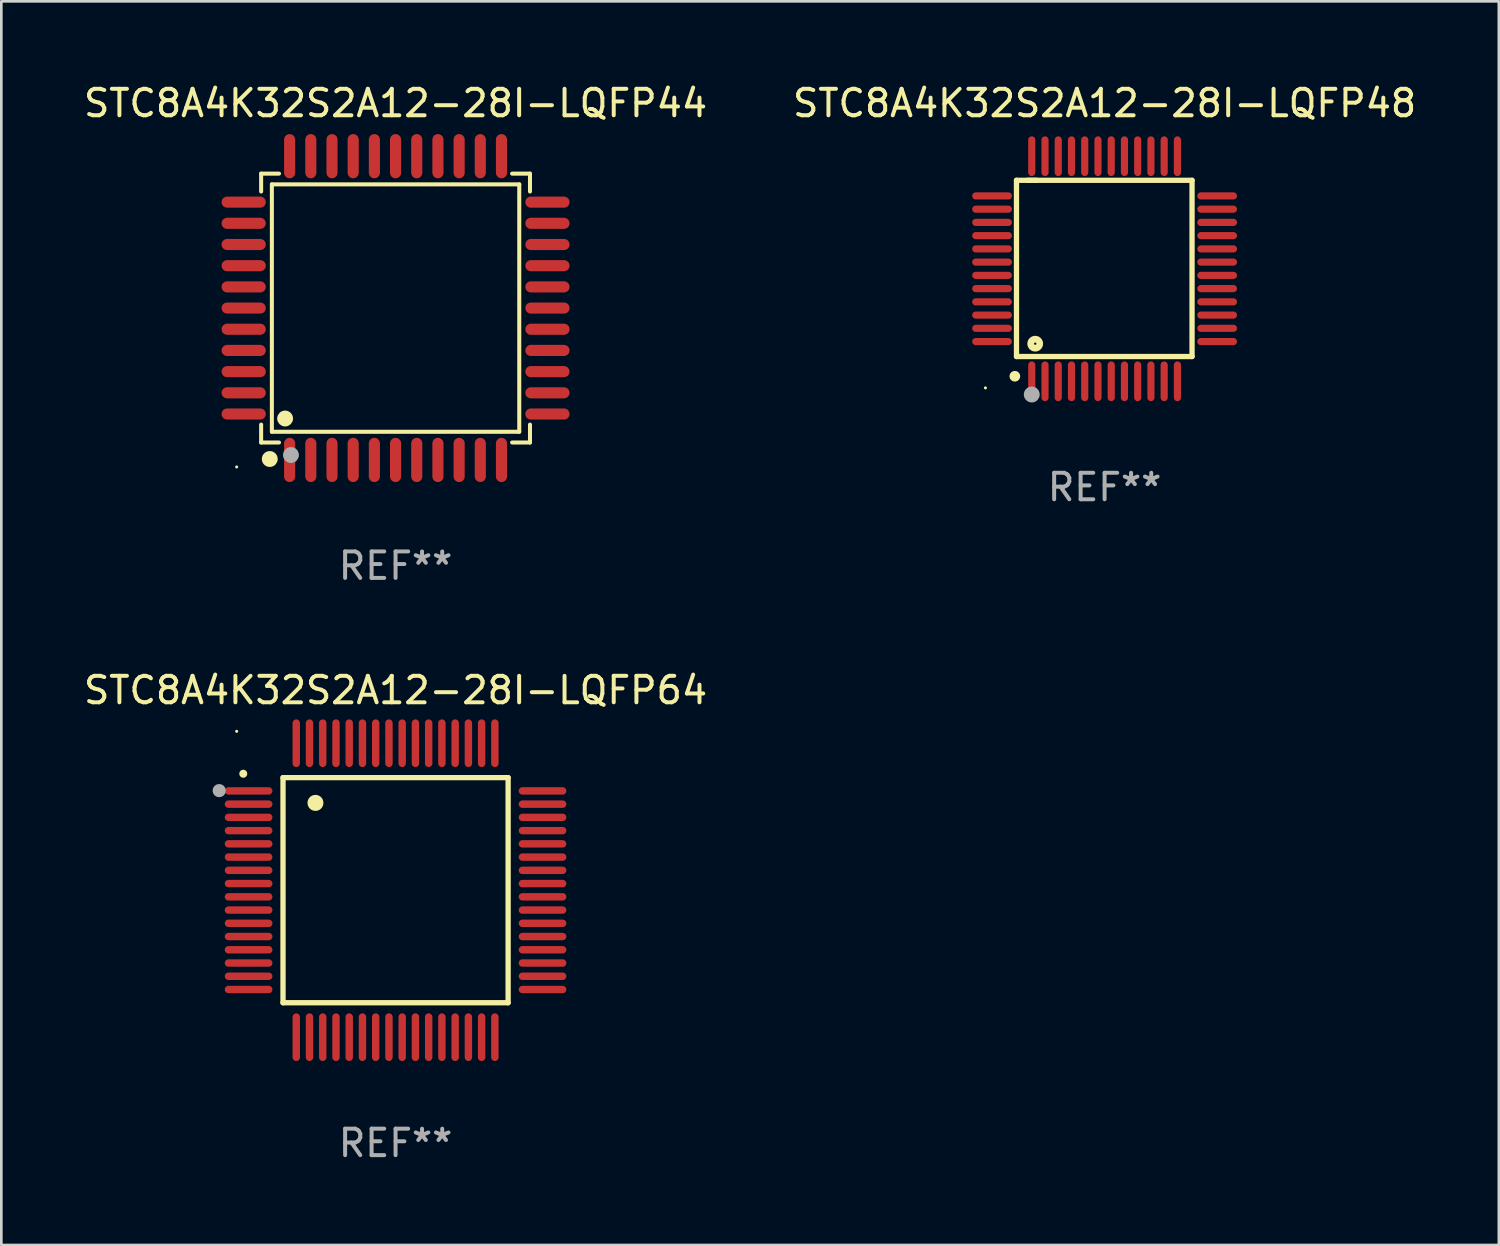
<source format=kicad_pcb>
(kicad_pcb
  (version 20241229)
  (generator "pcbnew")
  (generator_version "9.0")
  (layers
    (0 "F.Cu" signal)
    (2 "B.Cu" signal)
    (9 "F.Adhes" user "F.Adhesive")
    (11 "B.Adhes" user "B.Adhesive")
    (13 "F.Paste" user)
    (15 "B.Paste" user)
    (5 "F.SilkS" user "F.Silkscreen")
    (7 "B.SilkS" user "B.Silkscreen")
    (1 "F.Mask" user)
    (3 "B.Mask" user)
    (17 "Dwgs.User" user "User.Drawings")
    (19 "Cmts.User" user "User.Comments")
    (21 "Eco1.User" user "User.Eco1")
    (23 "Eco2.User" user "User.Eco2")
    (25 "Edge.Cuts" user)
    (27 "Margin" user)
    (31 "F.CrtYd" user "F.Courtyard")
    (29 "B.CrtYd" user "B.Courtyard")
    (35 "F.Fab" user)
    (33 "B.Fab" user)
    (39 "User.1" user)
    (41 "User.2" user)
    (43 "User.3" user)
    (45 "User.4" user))
  (footprint "STC8A4K32S2A12-28I-LQFP48"
    (layer "F.Cu")
    (at 38.661 7.098)
    (property "Reference" "STC8A4K32S2A12-28I-LQFP48" (at 0 -6.25 0) (layer "F.SilkS") (effects (font (size 1 1) (thickness 0.15))))
    (attr through_hole)
    (fp_line (start -3.327 -3.34) (end -2.565 -3.34) (stroke (width 0.2) (type solid)) (layer "F.SilkS"))
    (fp_line (start -3.327 3.315) (end -3.327 -3.34) (stroke (width 0.2) (type solid)) (layer "F.SilkS"))
    (fp_line (start -2.896 -3.34) (end 3.302 -3.34) (stroke (width 0.2) (type solid)) (layer "F.SilkS"))
    (fp_line (start 3.302 -3.34) (end 3.302 3.315) (stroke (width 0.2) (type solid)) (layer "F.SilkS"))
    (fp_line (start 3.302 3.315) (end -3.327 3.315) (stroke (width 0.2) (type solid)) (layer "F.SilkS"))
    (fp_arc (start -3.389992 4.059995) (mid -3.388722 4.059991) (end -3.387452 4.059995) (stroke (width 0.4) (type solid)) (layer "F.SilkS"))
    (fp_circle (center -4.5 4.5) (end -4.47 4.5) (stroke (width 0.06) (type solid)) (fill no) (layer "F.SilkS"))
    (fp_circle (center -2.62 2.83) (end -2.45 2.83) (stroke (width 0.254) (type solid)) (fill no) (layer "F.SilkS"))
    (fp_circle (center -2.75 4.75) (end -2.6 4.75) (stroke (width 0.3) (type solid)) (fill no) (layer "F.Fab"))
    (fp_text user "REF**" (at 0 8.25 0) (layer "F.Fab") (effects (font (size 1 1) (thickness 0.15))))
    (pad "1" smd oval (at -2.75 4.25) (size 0.27 1.5) (layers "F.Cu" "F.Mask" "F.Paste"))
    (pad "2" smd oval (at -2.25 4.25) (size 0.27 1.5) (layers "F.Cu" "F.Mask" "F.Paste"))
    (pad "3" smd oval (at -1.75 4.25) (size 0.27 1.5) (layers "F.Cu" "F.Mask" "F.Paste"))
    (pad "4" smd oval (at -1.25 4.25) (size 0.27 1.5) (layers "F.Cu" "F.Mask" "F.Paste"))
    (pad "5" smd oval (at -0.75 4.25) (size 0.27 1.5) (layers "F.Cu" "F.Mask" "F.Paste"))
    (pad "6" smd oval (at -0.25 4.25) (size 0.27 1.5) (layers "F.Cu" "F.Mask" "F.Paste"))
    (pad "7" smd oval (at 0.25 4.25) (size 0.27 1.5) (layers "F.Cu" "F.Mask" "F.Paste"))
    (pad "8" smd oval (at 0.75 4.25) (size 0.27 1.5) (layers "F.Cu" "F.Mask" "F.Paste"))
    (pad "9" smd oval (at 1.25 4.25) (size 0.27 1.5) (layers "F.Cu" "F.Mask" "F.Paste"))
    (pad "10" smd oval (at 1.75 4.25) (size 0.27 1.5) (layers "F.Cu" "F.Mask" "F.Paste"))
    (pad "11" smd oval (at 2.25 4.25) (size 0.27 1.5) (layers "F.Cu" "F.Mask" "F.Paste"))
    (pad "12" smd oval (at 2.75 4.25) (size 0.27 1.5) (layers "F.Cu" "F.Mask" "F.Paste"))
    (pad "13" smd oval (at 4.25 2.75) (size 1.5 0.27) (layers "F.Cu" "F.Mask" "F.Paste"))
    (pad "14" smd oval (at 4.25 2.25) (size 1.5 0.27) (layers "F.Cu" "F.Mask" "F.Paste"))
    (pad "15" smd oval (at 4.25 1.75) (size 1.5 0.27) (layers "F.Cu" "F.Mask" "F.Paste"))
    (pad "16" smd oval (at 4.25 1.25) (size 1.5 0.27) (layers "F.Cu" "F.Mask" "F.Paste"))
    (pad "17" smd oval (at 4.25 0.75) (size 1.5 0.27) (layers "F.Cu" "F.Mask" "F.Paste"))
    (pad "18" smd oval (at 4.25 0.25) (size 1.5 0.27) (layers "F.Cu" "F.Mask" "F.Paste"))
    (pad "19" smd oval (at 4.25 -0.25) (size 1.5 0.27) (layers "F.Cu" "F.Mask" "F.Paste"))
    (pad "20" smd oval (at 4.25 -0.75) (size 1.5 0.27) (layers "F.Cu" "F.Mask" "F.Paste"))
    (pad "21" smd oval (at 4.25 -1.25) (size 1.5 0.27) (layers "F.Cu" "F.Mask" "F.Paste"))
    (pad "22" smd oval (at 4.25 -1.75) (size 1.5 0.27) (layers "F.Cu" "F.Mask" "F.Paste"))
    (pad "23" smd oval (at 4.25 -2.25) (size 1.5 0.27) (layers "F.Cu" "F.Mask" "F.Paste"))
    (pad "24" smd oval (at 4.25 -2.75) (size 1.5 0.27) (layers "F.Cu" "F.Mask" "F.Paste"))
    (pad "25" smd oval (at 2.75 -4.25) (size 0.27 1.5) (layers "F.Cu" "F.Mask" "F.Paste"))
    (pad "26" smd oval (at 2.25 -4.25) (size 0.27 1.5) (layers "F.Cu" "F.Mask" "F.Paste"))
    (pad "27" smd oval (at 1.75 -4.25) (size 0.27 1.5) (layers "F.Cu" "F.Mask" "F.Paste"))
    (pad "28" smd oval (at 1.25 -4.25) (size 0.27 1.5) (layers "F.Cu" "F.Mask" "F.Paste"))
    (pad "29" smd oval (at 0.75 -4.25) (size 0.27 1.5) (layers "F.Cu" "F.Mask" "F.Paste"))
    (pad "30" smd oval (at 0.25 -4.25) (size 0.27 1.5) (layers "F.Cu" "F.Mask" "F.Paste"))
    (pad "31" smd oval (at -0.25 -4.25) (size 0.27 1.5) (layers "F.Cu" "F.Mask" "F.Paste"))
    (pad "32" smd oval (at -0.75 -4.25) (size 0.27 1.5) (layers "F.Cu" "F.Mask" "F.Paste"))
    (pad "33" smd oval (at -1.25 -4.25) (size 0.27 1.5) (layers "F.Cu" "F.Mask" "F.Paste"))
    (pad "34" smd oval (at -1.75 -4.25) (size 0.27 1.5) (layers "F.Cu" "F.Mask" "F.Paste"))
    (pad "35" smd oval (at -2.25 -4.25) (size 0.27 1.5) (layers "F.Cu" "F.Mask" "F.Paste"))
    (pad "36" smd oval (at -2.75 -4.25) (size 0.27 1.5) (layers "F.Cu" "F.Mask" "F.Paste"))
    (pad "37" smd oval (at -4.25 -2.75) (size 1.5 0.27) (layers "F.Cu" "F.Mask" "F.Paste"))
    (pad "38" smd oval (at -4.25 -2.25) (size 1.5 0.27) (layers "F.Cu" "F.Mask" "F.Paste"))
    (pad "39" smd oval (at -4.25 -1.75) (size 1.5 0.27) (layers "F.Cu" "F.Mask" "F.Paste"))
    (pad "40" smd oval (at -4.25 -1.25) (size 1.5 0.27) (layers "F.Cu" "F.Mask" "F.Paste"))
    (pad "41" smd oval (at -4.25 -0.75) (size 1.5 0.27) (layers "F.Cu" "F.Mask" "F.Paste"))
    (pad "42" smd oval (at -4.25 -0.25) (size 1.5 0.27) (layers "F.Cu" "F.Mask" "F.Paste"))
    (pad "43" smd oval (at -4.25 0.25) (size 1.5 0.27) (layers "F.Cu" "F.Mask" "F.Paste"))
    (pad "44" smd oval (at -4.25 0.75) (size 1.5 0.27) (layers "F.Cu" "F.Mask" "F.Paste"))
    (pad "45" smd oval (at -4.25 1.25) (size 1.5 0.27) (layers "F.Cu" "F.Mask" "F.Paste"))
    (pad "46" smd oval (at -4.25 1.75) (size 1.5 0.27) (layers "F.Cu" "F.Mask" "F.Paste"))
    (pad "47" smd oval (at -4.25 2.25) (size 1.5 0.27) (layers "F.Cu" "F.Mask" "F.Paste"))
    (pad "48" smd oval (at -4.25 2.75) (size 1.5 0.27) (layers "F.Cu" "F.Mask" "F.Paste")))
  (footprint "STC8A4K32S2A12-28I-LQFP64"
    (layer "F.Cu")
    (at 11.887 30.565)
    (property "Reference" "STC8A4K32S2A12-28I-LQFP64" (at 0 -7.55 0) (layer "F.SilkS") (effects (font (size 1 1) (thickness 0.15))))
    (attr through_hole)
    (fp_line (start -4.25 -4.25) (end -4.25 4.25) (stroke (width 0.2) (type solid)) (layer "F.SilkS"))
    (fp_line (start -4.25 4.25) (end 4.25 4.25) (stroke (width 0.2) (type solid)) (layer "F.SilkS"))
    (fp_line (start 4.25 -4.25) (end -4.25 -4.25) (stroke (width 0.2) (type solid)) (layer "F.SilkS"))
    (fp_line (start 4.25 4.25) (end 4.25 -4.25) (stroke (width 0.2) (type solid)) (layer "F.SilkS"))
    (fp_arc (start -5.750572 -4.396749) (mid -5.750577 -4.398019) (end -5.750572 -4.399289) (stroke (width 0.3) (type solid)) (layer "F.SilkS"))
    (fp_arc (start -3.025146 -3.294387) (mid -3.025157 -3.296927) (end -3.025146 -3.299467) (stroke (width 0.6) (type solid)) (layer "F.SilkS"))
    (fp_circle (center -6 -6) (end -5.97 -6) (stroke (width 0.06) (type solid)) (fill no) (layer "F.SilkS"))
    (fp_circle (center -6.66 -3.76) (end -6.535 -3.76) (stroke (width 0.25) (type solid)) (fill no) (layer "F.Fab"))
    (fp_text user "REF**" (at 0 9.55 0) (layer "F.Fab") (effects (font (size 1 1) (thickness 0.15))))
    (pad "1" smd oval (at -5.55 -3.75) (size 1.8 0.28) (layers "F.Cu" "F.Mask" "F.Paste"))
    (pad "2" smd oval (at -5.55 -3.25) (size 1.8 0.28) (layers "F.Cu" "F.Mask" "F.Paste"))
    (pad "3" smd oval (at -5.55 -2.75) (size 1.8 0.28) (layers "F.Cu" "F.Mask" "F.Paste"))
    (pad "4" smd oval (at -5.55 -2.25) (size 1.8 0.28) (layers "F.Cu" "F.Mask" "F.Paste"))
    (pad "5" smd oval (at -5.55 -1.75) (size 1.8 0.28) (layers "F.Cu" "F.Mask" "F.Paste"))
    (pad "6" smd oval (at -5.55 -1.25) (size 1.8 0.28) (layers "F.Cu" "F.Mask" "F.Paste"))
    (pad "7" smd oval (at -5.55 -0.75) (size 1.8 0.28) (layers "F.Cu" "F.Mask" "F.Paste"))
    (pad "8" smd oval (at -5.55 -0.25) (size 1.8 0.28) (layers "F.Cu" "F.Mask" "F.Paste"))
    (pad "9" smd oval (at -5.55 0.25) (size 1.8 0.28) (layers "F.Cu" "F.Mask" "F.Paste"))
    (pad "10" smd oval (at -5.55 0.75) (size 1.8 0.28) (layers "F.Cu" "F.Mask" "F.Paste"))
    (pad "11" smd oval (at -5.55 1.25) (size 1.8 0.28) (layers "F.Cu" "F.Mask" "F.Paste"))
    (pad "12" smd oval (at -5.55 1.75) (size 1.8 0.28) (layers "F.Cu" "F.Mask" "F.Paste"))
    (pad "13" smd oval (at -5.55 2.25) (size 1.8 0.28) (layers "F.Cu" "F.Mask" "F.Paste"))
    (pad "14" smd oval (at -5.55 2.75) (size 1.8 0.28) (layers "F.Cu" "F.Mask" "F.Paste"))
    (pad "15" smd oval (at -5.55 3.25) (size 1.8 0.28) (layers "F.Cu" "F.Mask" "F.Paste"))
    (pad "16" smd oval (at -5.55 3.75) (size 1.8 0.28) (layers "F.Cu" "F.Mask" "F.Paste"))
    (pad "17" smd oval (at -3.75 5.55) (size 0.28 1.8) (layers "F.Cu" "F.Mask" "F.Paste"))
    (pad "18" smd oval (at -3.25 5.55) (size 0.28 1.8) (layers "F.Cu" "F.Mask" "F.Paste"))
    (pad "19" smd oval (at -2.75 5.55) (size 0.28 1.8) (layers "F.Cu" "F.Mask" "F.Paste"))
    (pad "20" smd oval (at -2.25 5.55) (size 0.28 1.8) (layers "F.Cu" "F.Mask" "F.Paste"))
    (pad "21" smd oval (at -1.75 5.55) (size 0.28 1.8) (layers "F.Cu" "F.Mask" "F.Paste"))
    (pad "22" smd oval (at -1.25 5.55) (size 0.28 1.8) (layers "F.Cu" "F.Mask" "F.Paste"))
    (pad "23" smd oval (at -0.75 5.55) (size 0.28 1.8) (layers "F.Cu" "F.Mask" "F.Paste"))
    (pad "24" smd oval (at -0.25 5.55) (size 0.28 1.8) (layers "F.Cu" "F.Mask" "F.Paste"))
    (pad "25" smd oval (at 0.25 5.55) (size 0.28 1.8) (layers "F.Cu" "F.Mask" "F.Paste"))
    (pad "26" smd oval (at 0.75 5.55) (size 0.28 1.8) (layers "F.Cu" "F.Mask" "F.Paste"))
    (pad "27" smd oval (at 1.25 5.55) (size 0.28 1.8) (layers "F.Cu" "F.Mask" "F.Paste"))
    (pad "28" smd oval (at 1.75 5.55) (size 0.28 1.8) (layers "F.Cu" "F.Mask" "F.Paste"))
    (pad "29" smd oval (at 2.25 5.55) (size 0.28 1.8) (layers "F.Cu" "F.Mask" "F.Paste"))
    (pad "30" smd oval (at 2.75 5.55) (size 0.28 1.8) (layers "F.Cu" "F.Mask" "F.Paste"))
    (pad "31" smd oval (at 3.25 5.55) (size 0.28 1.8) (layers "F.Cu" "F.Mask" "F.Paste"))
    (pad "32" smd oval (at 3.75 5.55) (size 0.28 1.8) (layers "F.Cu" "F.Mask" "F.Paste"))
    (pad "33" smd oval (at 5.55 3.75) (size 1.8 0.28) (layers "F.Cu" "F.Mask" "F.Paste"))
    (pad "34" smd oval (at 5.55 3.25) (size 1.8 0.28) (layers "F.Cu" "F.Mask" "F.Paste"))
    (pad "35" smd oval (at 5.55 2.75) (size 1.8 0.28) (layers "F.Cu" "F.Mask" "F.Paste"))
    (pad "36" smd oval (at 5.55 2.25) (size 1.8 0.28) (layers "F.Cu" "F.Mask" "F.Paste"))
    (pad "37" smd oval (at 5.55 1.75) (size 1.8 0.28) (layers "F.Cu" "F.Mask" "F.Paste"))
    (pad "38" smd oval (at 5.55 1.25) (size 1.8 0.28) (layers "F.Cu" "F.Mask" "F.Paste"))
    (pad "39" smd oval (at 5.55 0.75) (size 1.8 0.28) (layers "F.Cu" "F.Mask" "F.Paste"))
    (pad "40" smd oval (at 5.55 0.25) (size 1.8 0.28) (layers "F.Cu" "F.Mask" "F.Paste"))
    (pad "41" smd oval (at 5.55 -0.25) (size 1.8 0.28) (layers "F.Cu" "F.Mask" "F.Paste"))
    (pad "42" smd oval (at 5.55 -0.75) (size 1.8 0.28) (layers "F.Cu" "F.Mask" "F.Paste"))
    (pad "43" smd oval (at 5.55 -1.25) (size 1.8 0.28) (layers "F.Cu" "F.Mask" "F.Paste"))
    (pad "44" smd oval (at 5.55 -1.75) (size 1.8 0.28) (layers "F.Cu" "F.Mask" "F.Paste"))
    (pad "45" smd oval (at 5.55 -2.25) (size 1.8 0.28) (layers "F.Cu" "F.Mask" "F.Paste"))
    (pad "46" smd oval (at 5.55 -2.75) (size 1.8 0.28) (layers "F.Cu" "F.Mask" "F.Paste"))
    (pad "47" smd oval (at 5.55 -3.25) (size 1.8 0.28) (layers "F.Cu" "F.Mask" "F.Paste"))
    (pad "48" smd oval (at 5.55 -3.75) (size 1.8 0.28) (layers "F.Cu" "F.Mask" "F.Paste"))
    (pad "49" smd oval (at 3.75 -5.55) (size 0.28 1.8) (layers "F.Cu" "F.Mask" "F.Paste"))
    (pad "50" smd oval (at 3.25 -5.55) (size 0.28 1.8) (layers "F.Cu" "F.Mask" "F.Paste"))
    (pad "51" smd oval (at 2.75 -5.55) (size 0.28 1.8) (layers "F.Cu" "F.Mask" "F.Paste"))
    (pad "52" smd oval (at 2.25 -5.55) (size 0.28 1.8) (layers "F.Cu" "F.Mask" "F.Paste"))
    (pad "53" smd oval (at 1.75 -5.55) (size 0.28 1.8) (layers "F.Cu" "F.Mask" "F.Paste"))
    (pad "54" smd oval (at 1.25 -5.55) (size 0.28 1.8) (layers "F.Cu" "F.Mask" "F.Paste"))
    (pad "55" smd oval (at 0.75 -5.55) (size 0.28 1.8) (layers "F.Cu" "F.Mask" "F.Paste"))
    (pad "56" smd oval (at 0.25 -5.55) (size 0.28 1.8) (layers "F.Cu" "F.Mask" "F.Paste"))
    (pad "57" smd oval (at -0.25 -5.55) (size 0.28 1.8) (layers "F.Cu" "F.Mask" "F.Paste"))
    (pad "58" smd oval (at -0.75 -5.55) (size 0.28 1.8) (layers "F.Cu" "F.Mask" "F.Paste"))
    (pad "59" smd oval (at -1.25 -5.55) (size 0.28 1.8) (layers "F.Cu" "F.Mask" "F.Paste"))
    (pad "60" smd oval (at -1.75 -5.55) (size 0.28 1.8) (layers "F.Cu" "F.Mask" "F.Paste"))
    (pad "61" smd oval (at -2.25 -5.55) (size 0.28 1.8) (layers "F.Cu" "F.Mask" "F.Paste"))
    (pad "62" smd oval (at -2.75 -5.55) (size 0.28 1.8) (layers "F.Cu" "F.Mask" "F.Paste"))
    (pad "63" smd oval (at -3.25 -5.55) (size 0.28 1.8) (layers "F.Cu" "F.Mask" "F.Paste"))
    (pad "64" smd oval (at -3.75 -5.55) (size 0.28 1.8) (layers "F.Cu" "F.Mask" "F.Paste")))
  (footprint "STC8A4K32S2A12-28I-LQFP44"
    (layer "F.Cu")
    (at 11.887 8.583)
    (property "Reference" "STC8A4K32S2A12-28I-LQFP44" (at 0 -7.735 0) (layer "F.SilkS") (effects (font (size 1 1) (thickness 0.15))))
    (attr through_hole)
    (fp_line (start -5.076 -5.076) (end -4.401 -5.076) (stroke (width 0.152) (type solid)) (layer "F.SilkS"))
    (fp_line (start -5.076 -4.401) (end -5.076 -5.076) (stroke (width 0.152) (type solid)) (layer "F.SilkS"))
    (fp_line (start -5.076 4.401) (end -5.076 5.076) (stroke (width 0.152) (type solid)) (layer "F.SilkS"))
    (fp_line (start -5.076 5.076) (end -4.401 5.076) (stroke (width 0.152) (type solid)) (layer "F.SilkS"))
    (fp_line (start -4.671 -4.671) (end 4.671 -4.671) (stroke (width 0.152) (type solid)) (layer "F.SilkS"))
    (fp_line (start -4.671 4.671) (end -4.671 -4.671) (stroke (width 0.152) (type solid)) (layer "F.SilkS"))
    (fp_line (start 4.671 -4.671) (end 4.671 4.671) (stroke (width 0.152) (type solid)) (layer "F.SilkS"))
    (fp_line (start 4.671 4.671) (end -4.671 4.671) (stroke (width 0.152) (type solid)) (layer "F.SilkS"))
    (fp_line (start 5.076 -5.076) (end 4.401 -5.076) (stroke (width 0.152) (type solid)) (layer "F.SilkS"))
    (fp_line (start 5.076 -4.401) (end 5.076 -5.076) (stroke (width 0.152) (type solid)) (layer "F.SilkS"))
    (fp_line (start 5.076 4.401) (end 5.076 5.076) (stroke (width 0.152) (type solid)) (layer "F.SilkS"))
    (fp_line (start 5.076 5.076) (end 4.401 5.076) (stroke (width 0.152) (type solid)) (layer "F.SilkS"))
    (fp_circle (center -6 6) (end -5.97 6) (stroke (width 0.06) (type solid)) (fill no) (layer "F.SilkS"))
    (fp_circle (center -4.75 5.7) (end -4.6 5.7) (stroke (width 0.3) (type solid)) (fill no) (layer "F.SilkS"))
    (fp_circle (center -4.171 4.171) (end -4.021 4.171) (stroke (width 0.3) (type solid)) (fill no) (layer "F.SilkS"))
    (fp_circle (center -3.95 5.55) (end -3.8 5.55) (stroke (width 0.3) (type solid)) (fill no) (layer "F.Fab"))
    (fp_text user "REF**" (at 0 9.735 0) (layer "F.Fab") (effects (font (size 1 1) (thickness 0.15))))
    (pad "1" smd oval (at -4 5.735) (size 0.42 1.67) (layers "F.Cu" "F.Mask" "F.Paste"))
    (pad "2" smd oval (at -3.2 5.735) (size 0.42 1.67) (layers "F.Cu" "F.Mask" "F.Paste"))
    (pad "3" smd oval (at -2.4 5.735) (size 0.42 1.67) (layers "F.Cu" "F.Mask" "F.Paste"))
    (pad "4" smd oval (at -1.6 5.735) (size 0.42 1.67) (layers "F.Cu" "F.Mask" "F.Paste"))
    (pad "5" smd oval (at -0.8 5.735) (size 0.42 1.67) (layers "F.Cu" "F.Mask" "F.Paste"))
    (pad "6" smd oval (at 0 5.735) (size 0.42 1.67) (layers "F.Cu" "F.Mask" "F.Paste"))
    (pad "7" smd oval (at 0.8 5.735) (size 0.42 1.67) (layers "F.Cu" "F.Mask" "F.Paste"))
    (pad "8" smd oval (at 1.6 5.735) (size 0.42 1.67) (layers "F.Cu" "F.Mask" "F.Paste"))
    (pad "9" smd oval (at 2.4 5.735) (size 0.42 1.67) (layers "F.Cu" "F.Mask" "F.Paste"))
    (pad "10" smd oval (at 3.2 5.735) (size 0.42 1.67) (layers "F.Cu" "F.Mask" "F.Paste"))
    (pad "11" smd oval (at 4 5.735) (size 0.42 1.67) (layers "F.Cu" "F.Mask" "F.Paste"))
    (pad "12" smd oval (at 5.735 4) (size 1.67 0.42) (layers "F.Cu" "F.Mask" "F.Paste"))
    (pad "13" smd oval (at 5.735 3.2) (size 1.67 0.42) (layers "F.Cu" "F.Mask" "F.Paste"))
    (pad "14" smd oval (at 5.735 2.4) (size 1.67 0.42) (layers "F.Cu" "F.Mask" "F.Paste"))
    (pad "15" smd oval (at 5.735 1.6) (size 1.67 0.42) (layers "F.Cu" "F.Mask" "F.Paste"))
    (pad "16" smd oval (at 5.735 0.8) (size 1.67 0.42) (layers "F.Cu" "F.Mask" "F.Paste"))
    (pad "17" smd oval (at 5.735 0) (size 1.67 0.42) (layers "F.Cu" "F.Mask" "F.Paste"))
    (pad "18" smd oval (at 5.735 -0.8) (size 1.67 0.42) (layers "F.Cu" "F.Mask" "F.Paste"))
    (pad "19" smd oval (at 5.735 -1.6) (size 1.67 0.42) (layers "F.Cu" "F.Mask" "F.Paste"))
    (pad "20" smd oval (at 5.735 -2.4) (size 1.67 0.42) (layers "F.Cu" "F.Mask" "F.Paste"))
    (pad "21" smd oval (at 5.735 -3.2) (size 1.67 0.42) (layers "F.Cu" "F.Mask" "F.Paste"))
    (pad "22" smd oval (at 5.735 -4) (size 1.67 0.42) (layers "F.Cu" "F.Mask" "F.Paste"))
    (pad "23" smd oval (at 4 -5.735) (size 0.42 1.67) (layers "F.Cu" "F.Mask" "F.Paste"))
    (pad "24" smd oval (at 3.2 -5.735) (size 0.42 1.67) (layers "F.Cu" "F.Mask" "F.Paste"))
    (pad "25" smd oval (at 2.4 -5.735) (size 0.42 1.67) (layers "F.Cu" "F.Mask" "F.Paste"))
    (pad "26" smd oval (at 1.6 -5.735) (size 0.42 1.67) (layers "F.Cu" "F.Mask" "F.Paste"))
    (pad "27" smd oval (at 0.8 -5.735) (size 0.42 1.67) (layers "F.Cu" "F.Mask" "F.Paste"))
    (pad "28" smd oval (at 0 -5.735) (size 0.42 1.67) (layers "F.Cu" "F.Mask" "F.Paste"))
    (pad "29" smd oval (at -0.8 -5.735) (size 0.42 1.67) (layers "F.Cu" "F.Mask" "F.Paste"))
    (pad "30" smd oval (at -1.6 -5.735) (size 0.42 1.67) (layers "F.Cu" "F.Mask" "F.Paste"))
    (pad "31" smd oval (at -2.4 -5.735) (size 0.42 1.67) (layers "F.Cu" "F.Mask" "F.Paste"))
    (pad "32" smd oval (at -3.2 -5.735) (size 0.42 1.67) (layers "F.Cu" "F.Mask" "F.Paste"))
    (pad "33" smd oval (at -4 -5.735) (size 0.42 1.67) (layers "F.Cu" "F.Mask" "F.Paste"))
    (pad "34" smd oval (at -5.735 -4) (size 1.67 0.42) (layers "F.Cu" "F.Mask" "F.Paste"))
    (pad "35" smd oval (at -5.735 -3.2) (size 1.67 0.42) (layers "F.Cu" "F.Mask" "F.Paste"))
    (pad "36" smd oval (at -5.735 -2.4) (size 1.67 0.42) (layers "F.Cu" "F.Mask" "F.Paste"))
    (pad "37" smd oval (at -5.735 -1.6) (size 1.67 0.42) (layers "F.Cu" "F.Mask" "F.Paste"))
    (pad "38" smd oval (at -5.735 -0.8) (size 1.67 0.42) (layers "F.Cu" "F.Mask" "F.Paste"))
    (pad "39" smd oval (at -5.735 0) (size 1.67 0.42) (layers "F.Cu" "F.Mask" "F.Paste"))
    (pad "40" smd oval (at -5.735 0.8) (size 1.67 0.42) (layers "F.Cu" "F.Mask" "F.Paste"))
    (pad "41" smd oval (at -5.735 1.6) (size 1.67 0.42) (layers "F.Cu" "F.Mask" "F.Paste"))
    (pad "42" smd oval (at -5.735 2.4) (size 1.67 0.42) (layers "F.Cu" "F.Mask" "F.Paste"))
    (pad "43" smd oval (at -5.735 3.2) (size 1.67 0.42) (layers "F.Cu" "F.Mask" "F.Paste"))
    (pad "44" smd oval (at -5.735 4) (size 1.67 0.42) (layers "F.Cu" "F.Mask" "F.Paste")))
  (gr_rect
    (start -3 -3)
    (end 53.548 43.963)
    (stroke (width 0.1) (type default))
    (fill no)
    (layer "Edge.Cuts")))
</source>
